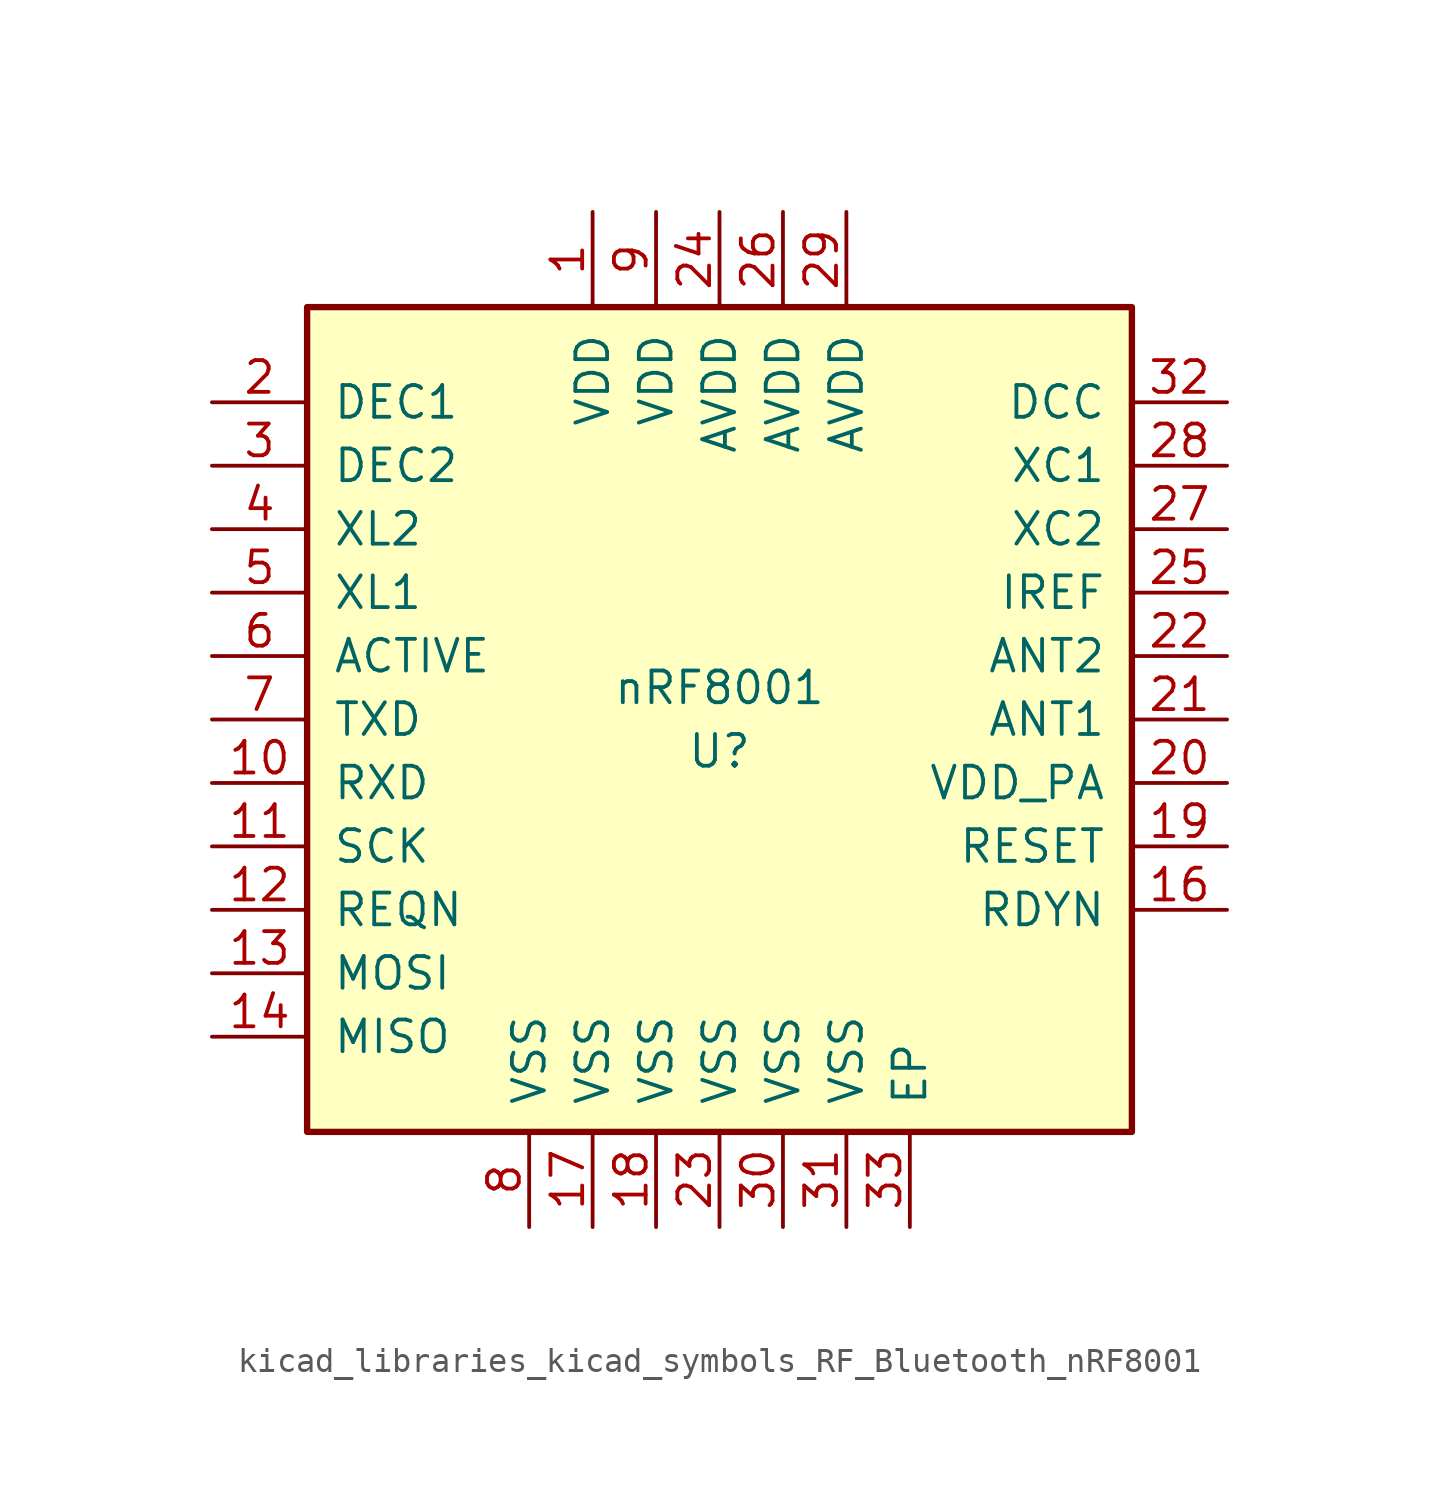
<source format=kicad_sym>
(kicad_symbol_lib
  (version 20220914)
  (generator kicad_symbol_editor)
  (symbol "kicad_libraries_kicad_symbols_RF_Bluetooth_nRF8001"
    (pin_names
      (offset 1.016))
    (property "Reference" "U"
      (at 0 -1.27 0)
      (effects (font (size 1.27 1.27))))
    (property "Value" "nRF8001"
      (at 0 1.27 0)
      (effects (font (size 1.27 1.27))))
    (symbol "kicad_libraries_kicad_symbols_RF_Bluetooth_nRF8001_0_1"
      (rectangle (start -16.51 16.51) (end 16.51 -16.51) (stroke (width 0.254) (type default)) (fill (type background))))
    (symbol "kicad_libraries_kicad_symbols_RF_Bluetooth_nRF8001_1_1"
      (pin power_in line (at -5.08 20.32 270) (length 3.81) (name "VDD" (effects (font (size 1.27 1.27)))) (number "1" (effects (font (size 1.27 1.27)))))
      (pin input line (at -20.32 -2.54 0) (length 3.81) (name "RXD" (effects (font (size 1.27 1.27)))) (number "10" (effects (font (size 1.27 1.27)))))
      (pin input line (at -20.32 -5.08 0) (length 3.81) (name "SCK" (effects (font (size 1.27 1.27)))) (number "11" (effects (font (size 1.27 1.27)))))
      (pin bidirectional line (at -20.32 -7.62 0) (length 3.81) (name "REQN" (effects (font (size 1.27 1.27)))) (number "12" (effects (font (size 1.27 1.27)))))
      (pin input line (at -20.32 -10.16 0) (length 3.81) (name "MOSI" (effects (font (size 1.27 1.27)))) (number "13" (effects (font (size 1.27 1.27)))))
      (pin output line (at -20.32 -12.7 0) (length 3.81) (name "MISO" (effects (font (size 1.27 1.27)))) (number "14" (effects (font (size 1.27 1.27)))))
      (pin no_connect line (at 15.24 -10.16 180) (length 3.81) hide (name "N/C" (effects (font (size 1.27 1.27)))) (number "15" (effects (font (size 1.27 1.27)))))
      (pin bidirectional line (at 20.32 -7.62 180) (length 3.81) (name "RDYN" (effects (font (size 1.27 1.27)))) (number "16" (effects (font (size 1.27 1.27)))))
      (pin power_in line (at -5.08 -20.32 90) (length 3.81) (name "VSS" (effects (font (size 1.27 1.27)))) (number "17" (effects (font (size 1.27 1.27)))))
      (pin power_in line (at -2.54 -20.32 90) (length 3.81) (name "VSS" (effects (font (size 1.27 1.27)))) (number "18" (effects (font (size 1.27 1.27)))))
      (pin input line (at 20.32 -5.08 180) (length 3.81) (name "RESET" (effects (font (size 1.27 1.27)))) (number "19" (effects (font (size 1.27 1.27)))))
      (pin bidirectional line (at -20.32 12.7 0) (length 3.81) (name "DEC1" (effects (font (size 1.27 1.27)))) (number "2" (effects (font (size 1.27 1.27)))))
      (pin output line (at 20.32 -2.54 180) (length 3.81) (name "VDD_PA" (effects (font (size 1.27 1.27)))) (number "20" (effects (font (size 1.27 1.27)))))
      (pin bidirectional line (at 20.32 0 180) (length 3.81) (name "ANT1" (effects (font (size 1.27 1.27)))) (number "21" (effects (font (size 1.27 1.27)))))
      (pin bidirectional line (at 20.32 2.54 180) (length 3.81) (name "ANT2" (effects (font (size 1.27 1.27)))) (number "22" (effects (font (size 1.27 1.27)))))
      (pin power_in line (at 0 -20.32 90) (length 3.81) (name "VSS" (effects (font (size 1.27 1.27)))) (number "23" (effects (font (size 1.27 1.27)))))
      (pin power_in line (at 0 20.32 270) (length 3.81) (name "AVDD" (effects (font (size 1.27 1.27)))) (number "24" (effects (font (size 1.27 1.27)))))
      (pin input line (at 20.32 5.08 180) (length 3.81) (name "IREF" (effects (font (size 1.27 1.27)))) (number "25" (effects (font (size 1.27 1.27)))))
      (pin power_in line (at 2.54 20.32 270) (length 3.81) (name "AVDD" (effects (font (size 1.27 1.27)))) (number "26" (effects (font (size 1.27 1.27)))))
      (pin bidirectional line (at 20.32 7.62 180) (length 3.81) (name "XC2" (effects (font (size 1.27 1.27)))) (number "27" (effects (font (size 1.27 1.27)))))
      (pin bidirectional line (at 20.32 10.16 180) (length 3.81) (name "XC1" (effects (font (size 1.27 1.27)))) (number "28" (effects (font (size 1.27 1.27)))))
      (pin power_in line (at 5.08 20.32 270) (length 3.81) (name "AVDD" (effects (font (size 1.27 1.27)))) (number "29" (effects (font (size 1.27 1.27)))))
      (pin bidirectional line (at -20.32 10.16 0) (length 3.81) (name "DEC2" (effects (font (size 1.27 1.27)))) (number "3" (effects (font (size 1.27 1.27)))))
      (pin power_in line (at 2.54 -20.32 90) (length 3.81) (name "VSS" (effects (font (size 1.27 1.27)))) (number "30" (effects (font (size 1.27 1.27)))))
      (pin power_in line (at 5.08 -20.32 90) (length 3.81) (name "VSS" (effects (font (size 1.27 1.27)))) (number "31" (effects (font (size 1.27 1.27)))))
      (pin bidirectional line (at 20.32 12.7 180) (length 3.81) (name "DCC" (effects (font (size 1.27 1.27)))) (number "32" (effects (font (size 1.27 1.27)))))
      (pin power_in line (at 7.62 -20.32 90) (length 3.81) (name "EP" (effects (font (size 1.27 1.27)))) (number "33" (effects (font (size 1.27 1.27)))))
      (pin bidirectional line (at -20.32 7.62 0) (length 3.81) (name "XL2" (effects (font (size 1.27 1.27)))) (number "4" (effects (font (size 1.27 1.27)))))
      (pin bidirectional line (at -20.32 5.08 0) (length 3.81) (name "XL1" (effects (font (size 1.27 1.27)))) (number "5" (effects (font (size 1.27 1.27)))))
      (pin bidirectional line (at -20.32 2.54 0) (length 3.81) (name "ACTIVE" (effects (font (size 1.27 1.27)))) (number "6" (effects (font (size 1.27 1.27)))))
      (pin output line (at -20.32 0 0) (length 3.81) (name "TXD" (effects (font (size 1.27 1.27)))) (number "7" (effects (font (size 1.27 1.27)))))
      (pin power_in line (at -7.62 -20.32 90) (length 3.81) (name "VSS" (effects (font (size 1.27 1.27)))) (number "8" (effects (font (size 1.27 1.27)))))
      (pin power_in line (at -2.54 20.32 270) (length 3.81) (name "VDD" (effects (font (size 1.27 1.27)))) (number "9" (effects (font (size 1.27 1.27))))))))
</source>
